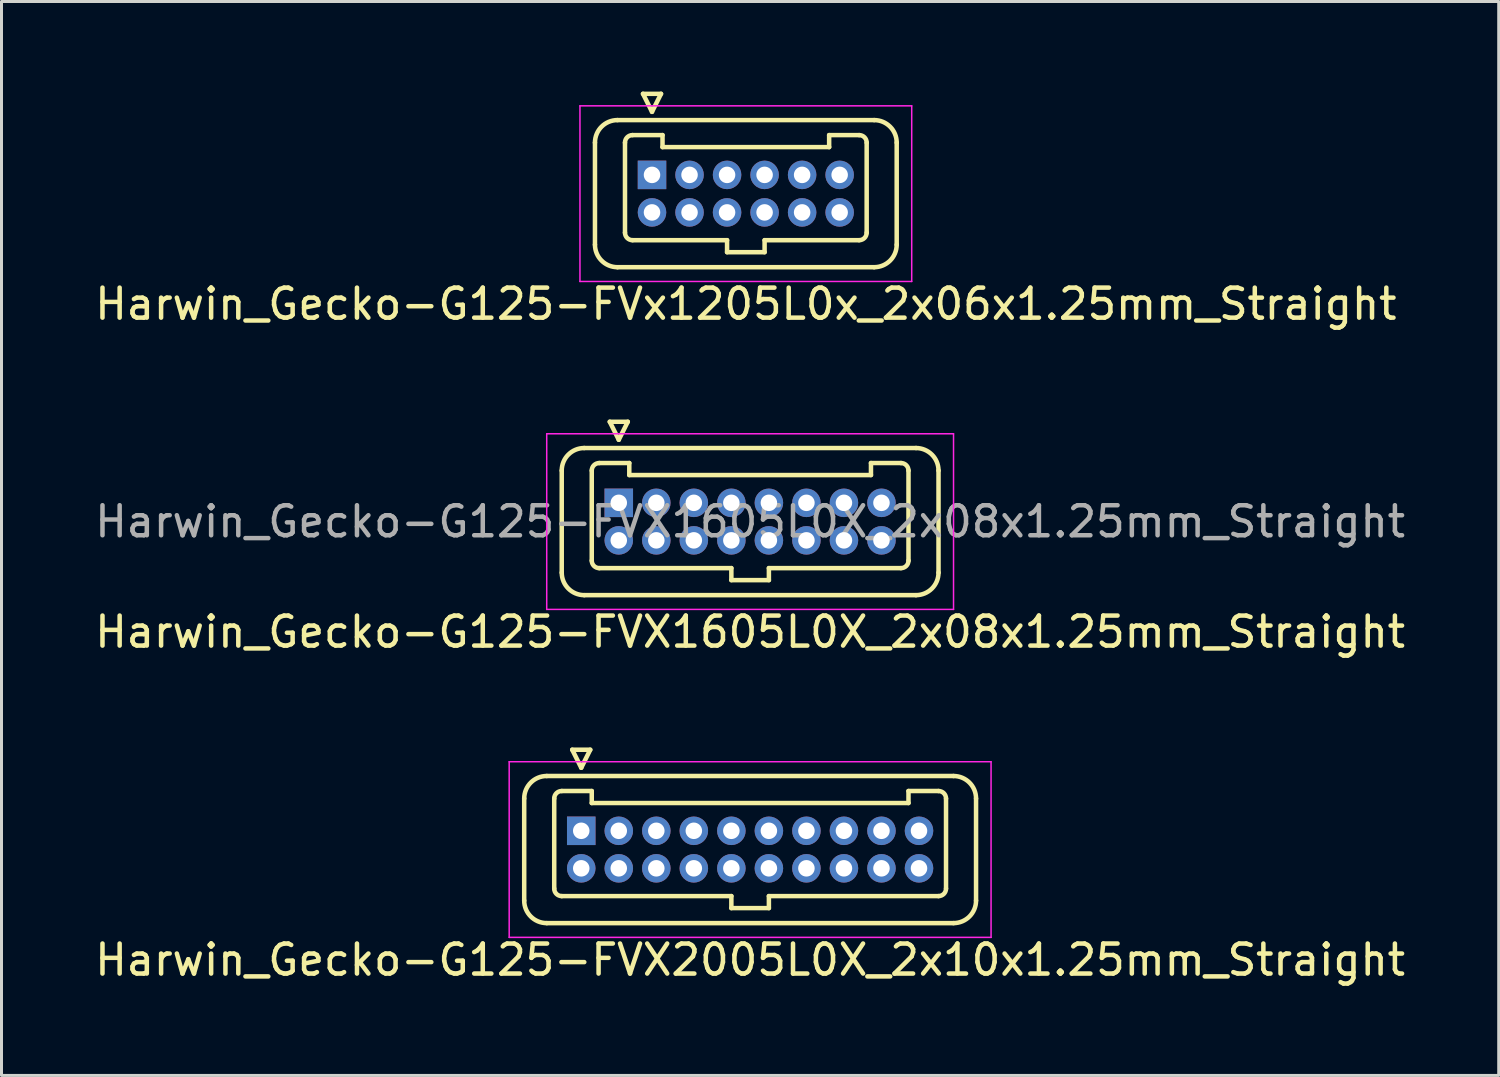
<source format=kicad_pcb>
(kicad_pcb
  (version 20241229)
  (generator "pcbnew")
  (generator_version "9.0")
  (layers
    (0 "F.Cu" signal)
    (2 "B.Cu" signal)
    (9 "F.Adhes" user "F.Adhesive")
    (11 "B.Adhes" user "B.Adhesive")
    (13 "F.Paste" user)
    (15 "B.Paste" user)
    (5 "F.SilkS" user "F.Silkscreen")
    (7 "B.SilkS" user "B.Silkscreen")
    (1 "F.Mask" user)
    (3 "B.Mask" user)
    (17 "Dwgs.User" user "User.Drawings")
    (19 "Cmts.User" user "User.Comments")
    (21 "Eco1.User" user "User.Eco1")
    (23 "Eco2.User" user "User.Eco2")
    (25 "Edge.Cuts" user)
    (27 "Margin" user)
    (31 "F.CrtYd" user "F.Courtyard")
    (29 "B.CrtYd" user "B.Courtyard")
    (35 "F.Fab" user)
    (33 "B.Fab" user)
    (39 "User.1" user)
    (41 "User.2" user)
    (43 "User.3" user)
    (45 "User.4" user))
  (footprint "Harwin_Gecko-G125-FVX2005L0X_2x10x1.25mm_Straight"
    (layer "F.Cu")
    (at 16.31 24.622)
    (property "Reference" "Harwin_Gecko-G125-FVX2005L0X_2x10x1.25mm_Straight" (at 5.625 4.3 0) (layer "F.SilkS") (effects (font (size 1 1) (thickness 0.15))))
    (attr through_hole)
    (fp_line (start -1.9 -1.075) (end -1.9 2.325) (stroke (width 0.15) (type solid)) (layer "F.SilkS"))
    (fp_line (start -1.15 -1.825) (end 12.4 -1.825) (stroke (width 0.15) (type solid)) (layer "F.SilkS"))
    (fp_line (start -1.15 3.075) (end 12.4 3.075) (stroke (width 0.15) (type solid)) (layer "F.SilkS"))
    (fp_line (start -0.9 -1.075) (end -0.9 1.925) (stroke (width 0.15) (type solid)) (layer "F.SilkS"))
    (fp_line (start -0.65 -1.325) (end 0.35 -1.325) (stroke (width 0.15) (type solid)) (layer "F.SilkS"))
    (fp_line (start -0.65 2.175) (end 5 2.175) (stroke (width 0.15) (type solid)) (layer "F.SilkS"))
    (fp_line (start -0.3 -2.7) (end 0.3 -2.7) (stroke (width 0.15) (type solid)) (layer "F.SilkS"))
    (fp_line (start 0 -2.1) (end -0.3 -2.7) (stroke (width 0.15) (type solid)) (layer "F.SilkS"))
    (fp_line (start 0.3 -2.7) (end 0 -2.1) (stroke (width 0.15) (type solid)) (layer "F.SilkS"))
    (fp_line (start 0.35 -1.325) (end 0.35 -0.925) (stroke (width 0.15) (type solid)) (layer "F.SilkS"))
    (fp_line (start 0.35 -0.925) (end 10.9 -0.925) (stroke (width 0.15) (type solid)) (layer "F.SilkS"))
    (fp_line (start 5 2.175) (end 5 2.575) (stroke (width 0.15) (type solid)) (layer "F.SilkS"))
    (fp_line (start 5 2.575) (end 6.25 2.575) (stroke (width 0.15) (type solid)) (layer "F.SilkS"))
    (fp_line (start 6.25 2.175) (end 11.9 2.175) (stroke (width 0.15) (type solid)) (layer "F.SilkS"))
    (fp_line (start 6.25 2.575) (end 6.25 2.175) (stroke (width 0.15) (type solid)) (layer "F.SilkS"))
    (fp_line (start 10.9 -1.325) (end 11.9 -1.325) (stroke (width 0.15) (type solid)) (layer "F.SilkS"))
    (fp_line (start 10.9 -0.925) (end 10.9 -1.325) (stroke (width 0.15) (type solid)) (layer "F.SilkS"))
    (fp_line (start 12.15 -1.075) (end 12.15 1.925) (stroke (width 0.15) (type solid)) (layer "F.SilkS"))
    (fp_line (start 13.15 -1.075) (end 13.15 2.325) (stroke (width 0.15) (type solid)) (layer "F.SilkS"))
    (fp_arc (start -1.9 -1.075) (mid -1.68033 -1.60533) (end -1.15 -1.825) (stroke (width 0.15) (type solid)) (layer "F.SilkS"))
    (fp_arc (start -1.15 3.075) (mid -1.68033 2.85533) (end -1.9 2.325) (stroke (width 0.15) (type solid)) (layer "F.SilkS"))
    (fp_arc (start -0.9 -1.075) (mid -0.826777 -1.251777) (end -0.65 -1.325) (stroke (width 0.15) (type solid)) (layer "F.SilkS"))
    (fp_arc (start -0.65 2.175) (mid -0.826777 2.101777) (end -0.9 1.925) (stroke (width 0.15) (type solid)) (layer "F.SilkS"))
    (fp_arc (start 11.9 -1.325) (mid 12.076777 -1.251777) (end 12.15 -1.075) (stroke (width 0.15) (type solid)) (layer "F.SilkS"))
    (fp_arc (start 12.15 1.925) (mid 12.076777 2.101777) (end 11.9 2.175) (stroke (width 0.15) (type solid)) (layer "F.SilkS"))
    (fp_arc (start 12.4 -1.825) (mid 12.93033 -1.60533) (end 13.15 -1.075) (stroke (width 0.15) (type solid)) (layer "F.SilkS"))
    (fp_arc (start 13.15 2.325) (mid 12.93033 2.85533) (end 12.4 3.075) (stroke (width 0.15) (type solid)) (layer "F.SilkS"))
    (fp_line (start -2.4 -2.3) (end -2.4 3.55) (stroke (width 0.05) (type solid)) (layer "F.CrtYd"))
    (fp_line (start -2.4 3.55) (end 13.65 3.55) (stroke (width 0.05) (type solid)) (layer "F.CrtYd"))
    (fp_line (start 13.65 -2.3) (end -2.4 -2.3) (stroke (width 0.05) (type solid)) (layer "F.CrtYd"))
    (fp_line (start 13.65 3.55) (end 13.65 -2.3) (stroke (width 0.05) (type solid)) (layer "F.CrtYd"))
    (pad "1" thru_hole rect (at 0 0) (size 0.95 0.95) (drill 0.55) (layers "*.Cu" "*.Mask"))
    (pad "2" thru_hole circle (at 1.25 0) (size 0.95 0.95) (drill 0.55) (layers "*.Cu" "*.Mask"))
    (pad "3" thru_hole circle (at 2.5 0) (size 0.95 0.95) (drill 0.55) (layers "*.Cu" "*.Mask"))
    (pad "4" thru_hole circle (at 3.75 0) (size 0.95 0.95) (drill 0.55) (layers "*.Cu" "*.Mask"))
    (pad "5" thru_hole circle (at 5 0) (size 0.95 0.95) (drill 0.55) (layers "*.Cu" "*.Mask"))
    (pad "6" thru_hole circle (at 6.25 0) (size 0.95 0.95) (drill 0.55) (layers "*.Cu" "*.Mask"))
    (pad "7" thru_hole circle (at 7.5 0) (size 0.95 0.95) (drill 0.55) (layers "*.Cu" "*.Mask"))
    (pad "8" thru_hole circle (at 8.75 0) (size 0.95 0.95) (drill 0.55) (layers "*.Cu" "*.Mask"))
    (pad "9" thru_hole circle (at 10 0) (size 0.95 0.95) (drill 0.55) (layers "*.Cu" "*.Mask"))
    (pad "10" thru_hole circle (at 11.25 0) (size 0.95 0.95) (drill 0.55) (layers "*.Cu" "*.Mask"))
    (pad "11" thru_hole circle (at 0 1.25) (size 0.95 0.95) (drill 0.55) (layers "*.Cu" "*.Mask"))
    (pad "12" thru_hole circle (at 1.25 1.25) (size 0.95 0.95) (drill 0.55) (layers "*.Cu" "*.Mask"))
    (pad "13" thru_hole circle (at 2.5 1.25) (size 0.95 0.95) (drill 0.55) (layers "*.Cu" "*.Mask"))
    (pad "14" thru_hole circle (at 3.75 1.25) (size 0.95 0.95) (drill 0.55) (layers "*.Cu" "*.Mask"))
    (pad "15" thru_hole circle (at 5 1.25) (size 0.95 0.95) (drill 0.55) (layers "*.Cu" "*.Mask"))
    (pad "16" thru_hole circle (at 6.25 1.25) (size 0.95 0.95) (drill 0.55) (layers "*.Cu" "*.Mask"))
    (pad "17" thru_hole circle (at 7.5 1.25) (size 0.95 0.95) (drill 0.55) (layers "*.Cu" "*.Mask"))
    (pad "18" thru_hole circle (at 8.75 1.25) (size 0.95 0.95) (drill 0.55) (layers "*.Cu" "*.Mask"))
    (pad "18" thru_hole circle (at 10 1.25) (size 0.95 0.95) (drill 0.55) (layers "*.Cu" "*.Mask"))
    (pad "20" thru_hole circle (at 11.25 1.25) (size 0.95 0.95) (drill 0.55) (layers "*.Cu" "*.Mask")))
  (footprint "Harwin_Gecko-G125-FVX1605L0X_2x08x1.25mm_Straight"
    (layer "F.Cu")
    (at 17.56 13.698)
    (property "Reference" "Harwin_Gecko-G125-FVX1605L0X_2x08x1.25mm_Straight" (at 4.375 4.3 0) (layer "F.SilkS") (effects (font (size 1 1) (thickness 0.15))))
    (attr through_hole)
    (fp_line (start -1.9 -1.075) (end -1.9 2.325) (stroke (width 0.15) (type solid)) (layer "F.SilkS"))
    (fp_line (start -1.15 -1.825) (end 9.9 -1.825) (stroke (width 0.15) (type solid)) (layer "F.SilkS"))
    (fp_line (start -1.15 3.075) (end 9.9 3.075) (stroke (width 0.15) (type solid)) (layer "F.SilkS"))
    (fp_line (start -0.9 -1.075) (end -0.9 1.925) (stroke (width 0.15) (type solid)) (layer "F.SilkS"))
    (fp_line (start -0.65 -1.325) (end 0.35 -1.325) (stroke (width 0.15) (type solid)) (layer "F.SilkS"))
    (fp_line (start -0.65 2.175) (end 3.75 2.175) (stroke (width 0.15) (type solid)) (layer "F.SilkS"))
    (fp_line (start -0.3 -2.7) (end 0.3 -2.7) (stroke (width 0.15) (type solid)) (layer "F.SilkS"))
    (fp_line (start 0 -2.1) (end -0.3 -2.7) (stroke (width 0.15) (type solid)) (layer "F.SilkS"))
    (fp_line (start 0.3 -2.7) (end 0 -2.1) (stroke (width 0.15) (type solid)) (layer "F.SilkS"))
    (fp_line (start 0.35 -1.325) (end 0.35 -0.925) (stroke (width 0.15) (type solid)) (layer "F.SilkS"))
    (fp_line (start 0.35 -0.925) (end 8.4 -0.925) (stroke (width 0.15) (type solid)) (layer "F.SilkS"))
    (fp_line (start 3.75 2.175) (end 3.75 2.575) (stroke (width 0.15) (type solid)) (layer "F.SilkS"))
    (fp_line (start 3.75 2.575) (end 5 2.575) (stroke (width 0.15) (type solid)) (layer "F.SilkS"))
    (fp_line (start 5 2.175) (end 9.4 2.175) (stroke (width 0.15) (type solid)) (layer "F.SilkS"))
    (fp_line (start 5 2.575) (end 5 2.175) (stroke (width 0.15) (type solid)) (layer "F.SilkS"))
    (fp_line (start 8.4 -1.325) (end 9.4 -1.325) (stroke (width 0.15) (type solid)) (layer "F.SilkS"))
    (fp_line (start 8.4 -0.925) (end 8.4 -1.325) (stroke (width 0.15) (type solid)) (layer "F.SilkS"))
    (fp_line (start 9.65 -1.075) (end 9.65 1.925) (stroke (width 0.15) (type solid)) (layer "F.SilkS"))
    (fp_line (start 10.65 -1.075) (end 10.65 2.325) (stroke (width 0.15) (type solid)) (layer "F.SilkS"))
    (fp_arc (start -1.9 -1.075) (mid -1.68033 -1.60533) (end -1.15 -1.825) (stroke (width 0.15) (type solid)) (layer "F.SilkS"))
    (fp_arc (start -1.15 3.075) (mid -1.68033 2.85533) (end -1.9 2.325) (stroke (width 0.15) (type solid)) (layer "F.SilkS"))
    (fp_arc (start -0.9 -1.075) (mid -0.826777 -1.251777) (end -0.65 -1.325) (stroke (width 0.15) (type solid)) (layer "F.SilkS"))
    (fp_arc (start -0.65 2.175) (mid -0.826777 2.101777) (end -0.9 1.925) (stroke (width 0.15) (type solid)) (layer "F.SilkS"))
    (fp_arc (start 9.4 -1.325) (mid 9.576777 -1.251777) (end 9.65 -1.075) (stroke (width 0.15) (type solid)) (layer "F.SilkS"))
    (fp_arc (start 9.65 1.925) (mid 9.576777 2.101777) (end 9.4 2.175) (stroke (width 0.15) (type solid)) (layer "F.SilkS"))
    (fp_arc (start 9.9 -1.825) (mid 10.43033 -1.60533) (end 10.65 -1.075) (stroke (width 0.15) (type solid)) (layer "F.SilkS"))
    (fp_arc (start 10.65 2.325) (mid 10.43033 2.85533) (end 9.9 3.075) (stroke (width 0.15) (type solid)) (layer "F.SilkS"))
    (fp_line (start -2.4 -2.3) (end -2.4 3.55) (stroke (width 0.05) (type solid)) (layer "F.CrtYd"))
    (fp_line (start -2.4 3.55) (end 11.15 3.55) (stroke (width 0.05) (type solid)) (layer "F.CrtYd"))
    (fp_line (start 11.15 -2.3) (end -2.4 -2.3) (stroke (width 0.05) (type solid)) (layer "F.CrtYd"))
    (fp_line (start 11.15 3.55) (end 11.15 -2.3) (stroke (width 0.05) (type solid)) (layer "F.CrtYd"))
    (fp_text user "${REFERENCE}" (at 4.375 0.625 0) (layer "F.Fab") (effects (font (size 1 1) (thickness 0.15))))
    (pad "1" thru_hole rect (at 0 0) (size 0.95 0.95) (drill 0.55) (layers "*.Cu" "*.Mask"))
    (pad "2" thru_hole circle (at 1.25 0) (size 0.95 0.95) (drill 0.55) (layers "*.Cu" "*.Mask"))
    (pad "3" thru_hole circle (at 2.5 0) (size 0.95 0.95) (drill 0.55) (layers "*.Cu" "*.Mask"))
    (pad "4" thru_hole circle (at 3.75 0) (size 0.95 0.95) (drill 0.55) (layers "*.Cu" "*.Mask"))
    (pad "5" thru_hole circle (at 5 0) (size 0.95 0.95) (drill 0.55) (layers "*.Cu" "*.Mask"))
    (pad "6" thru_hole circle (at 6.25 0) (size 0.95 0.95) (drill 0.55) (layers "*.Cu" "*.Mask"))
    (pad "7" thru_hole circle (at 7.5 0) (size 0.95 0.95) (drill 0.55) (layers "*.Cu" "*.Mask"))
    (pad "8" thru_hole circle (at 8.75 0) (size 0.95 0.95) (drill 0.55) (layers "*.Cu" "*.Mask"))
    (pad "9" thru_hole circle (at 0 1.25) (size 0.95 0.95) (drill 0.55) (layers "*.Cu" "*.Mask"))
    (pad "10" thru_hole circle (at 1.25 1.25) (size 0.95 0.95) (drill 0.55) (layers "*.Cu" "*.Mask"))
    (pad "11" thru_hole circle (at 2.5 1.25) (size 0.95 0.95) (drill 0.55) (layers "*.Cu" "*.Mask"))
    (pad "12" thru_hole circle (at 3.75 1.25) (size 0.95 0.95) (drill 0.55) (layers "*.Cu" "*.Mask"))
    (pad "13" thru_hole circle (at 5 1.25) (size 0.95 0.95) (drill 0.55) (layers "*.Cu" "*.Mask"))
    (pad "14" thru_hole circle (at 6.25 1.25) (size 0.95 0.95) (drill 0.55) (layers "*.Cu" "*.Mask"))
    (pad "15" thru_hole circle (at 7.5 1.25) (size 0.95 0.95) (drill 0.55) (layers "*.Cu" "*.Mask"))
    (pad "16" thru_hole circle (at 8.75 1.25) (size 0.95 0.95) (drill 0.55) (layers "*.Cu" "*.Mask")))
  (footprint "Harwin_Gecko-G125-FVx1205L0x_2x06x1.25mm_Straight"
    (layer "F.Cu")
    (at 18.667 2.775)
    (property "Reference" "Harwin_Gecko-G125-FVx1205L0x_2x06x1.25mm_Straight" (at 3.125 4.3 0) (layer "F.SilkS") (effects (font (size 1 1) (thickness 0.15))))
    (attr through_hole)
    (fp_line (start -1.9 -1.075) (end -1.9 2.325) (stroke (width 0.15) (type solid)) (layer "F.SilkS"))
    (fp_line (start -1.15 -1.825) (end 7.4 -1.825) (stroke (width 0.15) (type solid)) (layer "F.SilkS"))
    (fp_line (start -1.15 3.075) (end 7.4 3.075) (stroke (width 0.15) (type solid)) (layer "F.SilkS"))
    (fp_line (start -0.9 -1.075) (end -0.9 1.925) (stroke (width 0.15) (type solid)) (layer "F.SilkS"))
    (fp_line (start -0.65 -1.325) (end 0.35 -1.325) (stroke (width 0.15) (type solid)) (layer "F.SilkS"))
    (fp_line (start -0.65 2.175) (end 2.5 2.175) (stroke (width 0.15) (type solid)) (layer "F.SilkS"))
    (fp_line (start -0.3 -2.7) (end 0.3 -2.7) (stroke (width 0.15) (type solid)) (layer "F.SilkS"))
    (fp_line (start 0 -2.1) (end -0.3 -2.7) (stroke (width 0.15) (type solid)) (layer "F.SilkS"))
    (fp_line (start 0.3 -2.7) (end 0 -2.1) (stroke (width 0.15) (type solid)) (layer "F.SilkS"))
    (fp_line (start 0.35 -1.325) (end 0.35 -0.925) (stroke (width 0.15) (type solid)) (layer "F.SilkS"))
    (fp_line (start 0.35 -0.925) (end 5.9 -0.925) (stroke (width 0.15) (type solid)) (layer "F.SilkS"))
    (fp_line (start 2.5 2.175) (end 2.5 2.575) (stroke (width 0.15) (type solid)) (layer "F.SilkS"))
    (fp_line (start 2.5 2.575) (end 3.75 2.575) (stroke (width 0.15) (type solid)) (layer "F.SilkS"))
    (fp_line (start 3.75 2.175) (end 6.9 2.175) (stroke (width 0.15) (type solid)) (layer "F.SilkS"))
    (fp_line (start 3.75 2.575) (end 3.75 2.175) (stroke (width 0.15) (type solid)) (layer "F.SilkS"))
    (fp_line (start 5.9 -1.325) (end 6.9 -1.325) (stroke (width 0.15) (type solid)) (layer "F.SilkS"))
    (fp_line (start 5.9 -0.925) (end 5.9 -1.325) (stroke (width 0.15) (type solid)) (layer "F.SilkS"))
    (fp_line (start 7.15 -1.075) (end 7.15 1.925) (stroke (width 0.15) (type solid)) (layer "F.SilkS"))
    (fp_line (start 8.15 -1.075) (end 8.15 2.325) (stroke (width 0.15) (type solid)) (layer "F.SilkS"))
    (fp_arc (start -1.9 -1.075) (mid -1.68033 -1.60533) (end -1.15 -1.825) (stroke (width 0.15) (type solid)) (layer "F.SilkS"))
    (fp_arc (start -1.15 3.075) (mid -1.68033 2.85533) (end -1.9 2.325) (stroke (width 0.15) (type solid)) (layer "F.SilkS"))
    (fp_arc (start -0.9 -1.075) (mid -0.826777 -1.251777) (end -0.65 -1.325) (stroke (width 0.15) (type solid)) (layer "F.SilkS"))
    (fp_arc (start -0.65 2.175) (mid -0.826777 2.101777) (end -0.9 1.925) (stroke (width 0.15) (type solid)) (layer "F.SilkS"))
    (fp_arc (start 6.9 -1.325) (mid 7.076777 -1.251777) (end 7.15 -1.075) (stroke (width 0.15) (type solid)) (layer "F.SilkS"))
    (fp_arc (start 7.15 1.925) (mid 7.076777 2.101777) (end 6.9 2.175) (stroke (width 0.15) (type solid)) (layer "F.SilkS"))
    (fp_arc (start 7.4 -1.825) (mid 7.93033 -1.60533) (end 8.15 -1.075) (stroke (width 0.15) (type solid)) (layer "F.SilkS"))
    (fp_arc (start 8.15 2.325) (mid 7.93033 2.85533) (end 7.4 3.075) (stroke (width 0.15) (type solid)) (layer "F.SilkS"))
    (fp_line (start -2.4 -2.3) (end -2.4 3.55) (stroke (width 0.05) (type solid)) (layer "F.CrtYd"))
    (fp_line (start -2.4 3.55) (end 8.65 3.55) (stroke (width 0.05) (type solid)) (layer "F.CrtYd"))
    (fp_line (start 8.65 -2.3) (end -2.4 -2.3) (stroke (width 0.05) (type solid)) (layer "F.CrtYd"))
    (fp_line (start 8.65 3.55) (end 8.65 -2.3) (stroke (width 0.05) (type solid)) (layer "F.CrtYd"))
    (pad "1" thru_hole rect (at 0 0) (size 0.95 0.95) (drill 0.55) (layers "*.Cu" "*.Mask"))
    (pad "2" thru_hole circle (at 0 1.25) (size 0.95 0.95) (drill 0.55) (layers "*.Cu" "*.Mask"))
    (pad "3" thru_hole circle (at 1.25 0) (size 0.95 0.95) (drill 0.55) (layers "*.Cu" "*.Mask"))
    (pad "4" thru_hole circle (at 1.25 1.25) (size 0.95 0.95) (drill 0.55) (layers "*.Cu" "*.Mask"))
    (pad "5" thru_hole circle (at 2.5 0) (size 0.95 0.95) (drill 0.55) (layers "*.Cu" "*.Mask"))
    (pad "6" thru_hole circle (at 2.5 1.25) (size 0.95 0.95) (drill 0.55) (layers "*.Cu" "*.Mask"))
    (pad "7" thru_hole circle (at 3.75 0) (size 0.95 0.95) (drill 0.55) (layers "*.Cu" "*.Mask"))
    (pad "8" thru_hole circle (at 3.75 1.25) (size 0.95 0.95) (drill 0.55) (layers "*.Cu" "*.Mask"))
    (pad "9" thru_hole circle (at 5 0) (size 0.95 0.95) (drill 0.55) (layers "*.Cu" "*.Mask"))
    (pad "10" thru_hole circle (at 5 1.25) (size 0.95 0.95) (drill 0.55) (layers "*.Cu" "*.Mask"))
    (pad "11" thru_hole circle (at 6.25 0) (size 0.95 0.95) (drill 0.55) (layers "*.Cu" "*.Mask"))
    (pad "12" thru_hole circle (at 6.25 1.25) (size 0.95 0.95) (drill 0.55) (layers "*.Cu" "*.Mask")))
  (gr_rect
    (start -3 -3)
    (end 46.869 32.77)
    (stroke (width 0.1) (type default))
    (fill no)
    (layer "Edge.Cuts")))
</source>
